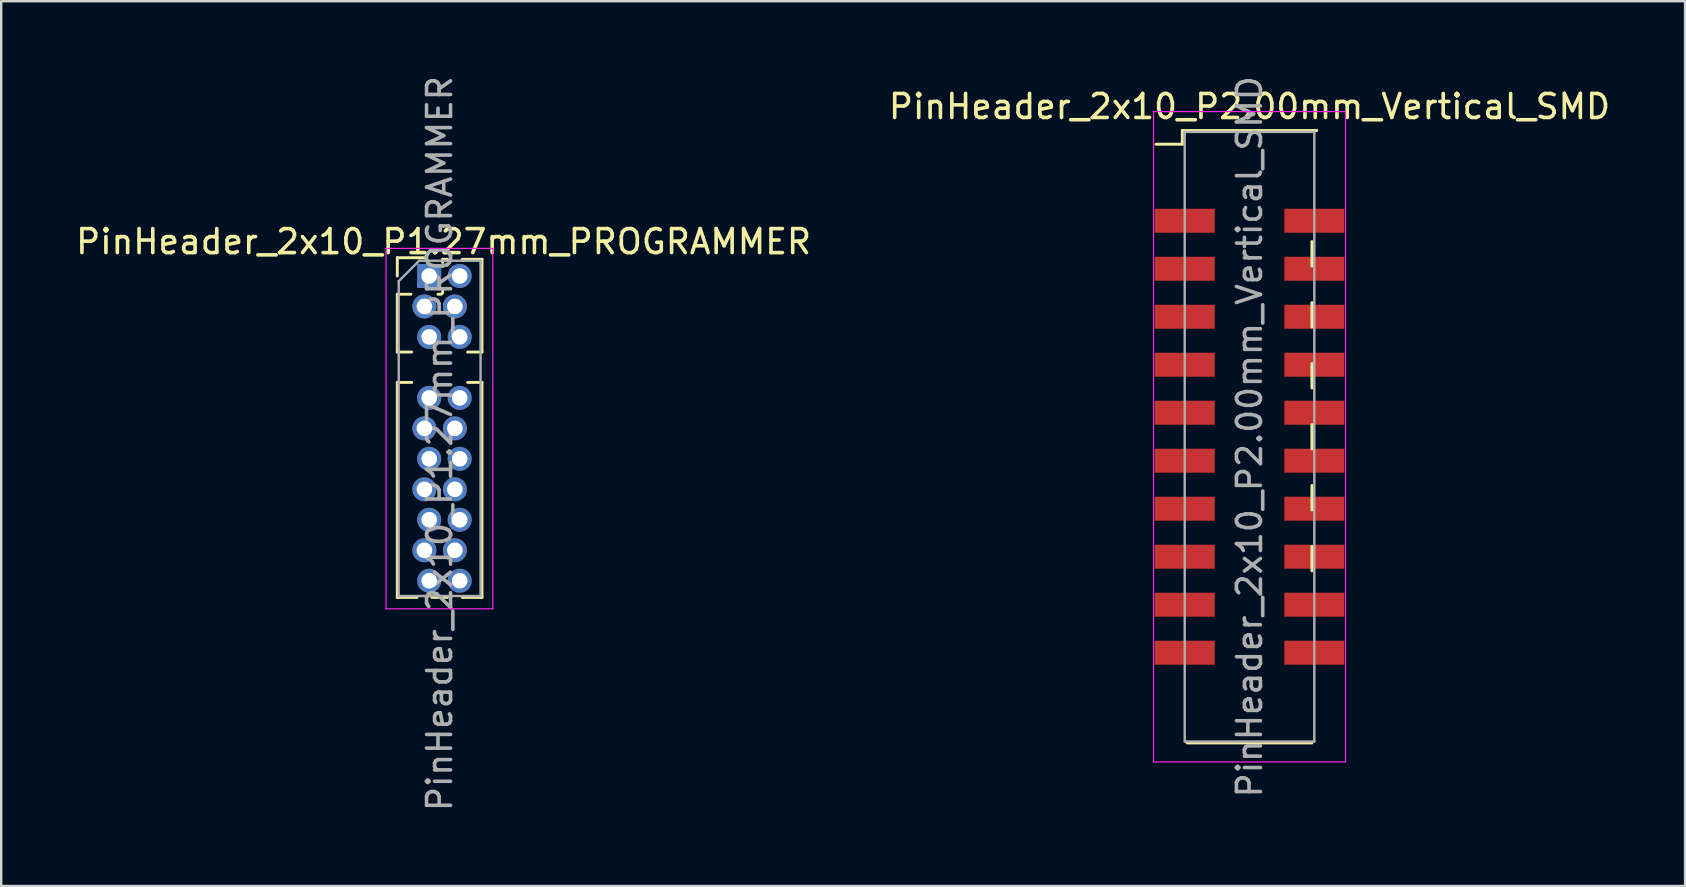
<source format=kicad_pcb>
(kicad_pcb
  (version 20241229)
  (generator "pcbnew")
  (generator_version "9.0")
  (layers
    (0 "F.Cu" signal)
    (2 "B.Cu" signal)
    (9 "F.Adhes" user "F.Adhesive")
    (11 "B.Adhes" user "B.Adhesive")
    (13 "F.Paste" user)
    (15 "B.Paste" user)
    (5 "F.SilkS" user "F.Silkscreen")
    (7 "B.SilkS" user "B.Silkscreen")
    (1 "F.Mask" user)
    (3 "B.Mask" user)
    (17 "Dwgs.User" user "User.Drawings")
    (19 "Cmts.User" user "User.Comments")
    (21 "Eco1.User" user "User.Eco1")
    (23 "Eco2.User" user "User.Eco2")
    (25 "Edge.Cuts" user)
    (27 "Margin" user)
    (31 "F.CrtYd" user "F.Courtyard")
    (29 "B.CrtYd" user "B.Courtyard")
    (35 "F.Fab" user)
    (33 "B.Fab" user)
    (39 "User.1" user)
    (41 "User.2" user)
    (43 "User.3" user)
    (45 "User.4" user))
  (footprint "PinHeader_2x10_P2.00mm_Vertical_SMD"
    (layer "F.Cu")
    (at 49.018 15.149)
    (property "Reference" "PinHeader_2x10_P2.00mm_Vertical_SMD" (at 0 -13.76 0) (layer "F.SilkS") (effects (font (size 1 1) (thickness 0.15))))
    (attr smd)
    (fp_line (start -3.9 -12.19) (end -2.8 -12.19) (stroke (width 0.12) (type solid)) (layer "F.SilkS"))
    (fp_line (start -2.8 -12.76) (end -2.8 -12.19) (stroke (width 0.12) (type solid)) (layer "F.SilkS"))
    (fp_line (start -2.8 -12.76) (end 2.8 -12.76) (stroke (width 0.12) (type solid)) (layer "F.SilkS"))
    (fp_line (start -2.6 12.76) (end 2.6 12.76) (stroke (width 0.12) (type solid)) (layer "F.SilkS"))
    (fp_line (start 2.6 -8.13) (end 2.6 -7.11) (stroke (width 0.12) (type solid)) (layer "F.SilkS"))
    (fp_line (start 2.6 -5.59) (end 2.6 -4.57) (stroke (width 0.12) (type solid)) (layer "F.SilkS"))
    (fp_line (start 2.6 -3.05) (end 2.6 -2.03) (stroke (width 0.12) (type solid)) (layer "F.SilkS"))
    (fp_line (start 2.6 -0.51) (end 2.6 0.51) (stroke (width 0.12) (type solid)) (layer "F.SilkS"))
    (fp_line (start 2.6 2.03) (end 2.6 3.05) (stroke (width 0.12) (type solid)) (layer "F.SilkS"))
    (fp_line (start 2.6 4.57) (end 2.6 5.59) (stroke (width 0.12) (type solid)) (layer "F.SilkS"))
    (fp_line (start -4 -13.55) (end -4 13.55) (stroke (width 0.05) (type solid)) (layer "F.CrtYd"))
    (fp_line (start -4 13.55) (end 4 13.55) (stroke (width 0.05) (type solid)) (layer "F.CrtYd"))
    (fp_line (start 4 -13.55) (end -4 -13.55) (stroke (width 0.05) (type solid)) (layer "F.CrtYd"))
    (fp_line (start 4 13.55) (end 4 -13.55) (stroke (width 0.05) (type solid)) (layer "F.CrtYd"))
    (fp_line (start -2.7 -12.7) (end 2.7 -12.7) (stroke (width 0.1) (type solid)) (layer "F.Fab"))
    (fp_line (start -2.7 12.7) (end -2.7 -12.7) (stroke (width 0.1) (type solid)) (layer "F.Fab"))
    (fp_line (start 2.7 -12.7) (end 2.7 12.7) (stroke (width 0.1) (type solid)) (layer "F.Fab"))
    (fp_line (start 2.7 12.7) (end -2.7 12.7) (stroke (width 0.1) (type solid)) (layer "F.Fab"))
    (fp_text user "${REFERENCE}" (at 0 0 90) (layer "F.Fab") (effects (font (size 1 1) (thickness 0.15))))
    (pad "1" smd rect (at -2.7 -9) (size 2.5 1) (layers "F.Cu" "F.Mask" "F.Paste"))
    (pad "2" smd rect (at 2.7 -9) (size 2.5 1) (layers "F.Cu" "F.Mask" "F.Paste"))
    (pad "3" smd rect (at -2.7 -7) (size 2.5 1) (layers "F.Cu" "F.Mask" "F.Paste"))
    (pad "4" smd rect (at 2.7 -7) (size 2.5 1) (layers "F.Cu" "F.Mask" "F.Paste"))
    (pad "5" smd rect (at -2.7 -5) (size 2.5 1) (layers "F.Cu" "F.Mask" "F.Paste"))
    (pad "6" smd rect (at 2.7 -5) (size 2.5 1) (layers "F.Cu" "F.Mask" "F.Paste"))
    (pad "7" smd rect (at -2.7 -3) (size 2.5 1) (layers "F.Cu" "F.Mask" "F.Paste"))
    (pad "8" smd rect (at 2.7 -3) (size 2.5 1) (layers "F.Cu" "F.Mask" "F.Paste"))
    (pad "9" smd rect (at -2.7 -1) (size 2.5 1) (layers "F.Cu" "F.Mask" "F.Paste"))
    (pad "10" smd rect (at 2.7 -1) (size 2.5 1) (layers "F.Cu" "F.Mask" "F.Paste"))
    (pad "11" smd rect (at -2.7 1) (size 2.5 1) (layers "F.Cu" "F.Mask" "F.Paste"))
    (pad "12" smd rect (at 2.7 1) (size 2.5 1) (layers "F.Cu" "F.Mask" "F.Paste"))
    (pad "13" smd rect (at -2.7 3) (size 2.5 1) (layers "F.Cu" "F.Mask" "F.Paste"))
    (pad "14" smd rect (at 2.7 3) (size 2.5 1) (layers "F.Cu" "F.Mask" "F.Paste"))
    (pad "15" smd rect (at -2.7 5) (size 2.5 1) (layers "F.Cu" "F.Mask" "F.Paste"))
    (pad "16" smd rect (at 2.7 5) (size 2.5 1) (layers "F.Cu" "F.Mask" "F.Paste"))
    (pad "17" smd rect (at -2.7 7) (size 2.5 1) (layers "F.Cu" "F.Mask" "F.Paste"))
    (pad "18" smd rect (at 2.7 7) (size 2.5 1) (layers "F.Cu" "F.Mask" "F.Paste"))
    (pad "19" smd rect (at -2.7 9) (size 2.5 1) (layers "F.Cu" "F.Mask" "F.Paste"))
    (pad "20" smd rect (at 2.7 9) (size 2.5 1) (layers "F.Cu" "F.Mask" "F.Paste")))
  (footprint "PinHeader_2x10_P1.27mm_PROGRAMMER"
    (layer "F.Cu")
    (at 15.26 14.82)
    (property "Reference" "PinHeader_2x10_P1.27mm_PROGRAMMER" (at 0.175 -7.8 0) (layer "F.SilkS") (effects (font (size 1 1) (thickness 0.15))))
    (attr through_hole)
    (fp_line (start -1.755 -7.13) (end -0.625 -7.13) (stroke (width 0.12) (type solid)) (layer "F.SilkS"))
    (fp_line (start -1.755 -6.37) (end -1.755 -7.13) (stroke (width 0.12) (type solid)) (layer "F.SilkS"))
    (fp_line (start -1.755 -5.61) (end -1.755 -3.2) (stroke (width 0.12) (type solid)) (layer "F.SilkS"))
    (fp_line (start -1.755 -5.61) (end -1.188 -5.61) (stroke (width 0.12) (type solid)) (layer "F.SilkS"))
    (fp_line (start -1.755 -1.935) (end -1.755 7.025) (stroke (width 0.12) (type solid)) (layer "F.SilkS"))
    (fp_line (start -1.755 7.025) (end -0.933 7.025) (stroke (width 0.12) (type solid)) (layer "F.SilkS"))
    (fp_line (start -1.155 -3.2) (end -1.755 -3.2) (stroke (width 0.12) (type solid)) (layer "F.SilkS"))
    (fp_line (start -1.155 -1.935) (end -1.755 -1.935) (stroke (width 0.12) (type solid)) (layer "F.SilkS"))
    (fp_line (start -0.317 7.025) (end 0.337 7.025) (stroke (width 0.12) (type solid)) (layer "F.SilkS"))
    (fp_line (start -0.062 -5.61) (end 0.082 -5.61) (stroke (width 0.12) (type solid)) (layer "F.SilkS"))
    (fp_line (start 0.135 -7.065) (end 0.337 -7.065) (stroke (width 0.12) (type solid)) (layer "F.SilkS"))
    (fp_line (start 0.135 -6.933) (end 0.135 -7.065) (stroke (width 0.12) (type solid)) (layer "F.SilkS"))
    (fp_line (start 0.135 -5.663) (end 0.135 -5.807) (stroke (width 0.12) (type solid)) (layer "F.SilkS"))
    (fp_line (start 0.953 -7.065) (end 1.775 -7.065) (stroke (width 0.12) (type solid)) (layer "F.SilkS"))
    (fp_line (start 0.953 7.025) (end 1.775 7.025) (stroke (width 0.12) (type solid)) (layer "F.SilkS"))
    (fp_line (start 1.175 -3.2) (end 1.775 -3.2) (stroke (width 0.12) (type solid)) (layer "F.SilkS"))
    (fp_line (start 1.775 -7.065) (end 1.775 -3.2) (stroke (width 0.12) (type solid)) (layer "F.SilkS"))
    (fp_line (start 1.775 -1.935) (end 1.175 -1.935) (stroke (width 0.12) (type solid)) (layer "F.SilkS"))
    (fp_line (start 1.775 -1.935) (end 1.775 7.025) (stroke (width 0.12) (type solid)) (layer "F.SilkS"))
    (fp_line (start -2.225 -7.52) (end -2.225 7.5) (stroke (width 0.05) (type solid)) (layer "F.CrtYd"))
    (fp_line (start -2.225 7.5) (end 2.225 7.5) (stroke (width 0.05) (type solid)) (layer "F.CrtYd"))
    (fp_line (start 2.225 -7.52) (end -2.225 -7.52) (stroke (width 0.05) (type solid)) (layer "F.CrtYd"))
    (fp_line (start 2.225 7.5) (end 2.225 -7.52) (stroke (width 0.05) (type solid)) (layer "F.CrtYd"))
    (fp_line (start -1.695 -6.152) (end -0.843 -7.005) (stroke (width 0.1) (type solid)) (layer "F.Fab"))
    (fp_line (start -1.695 6.965) (end -1.695 -6.152) (stroke (width 0.1) (type solid)) (layer "F.Fab"))
    (fp_line (start -0.843 -7.005) (end 1.715 -7.005) (stroke (width 0.1) (type solid)) (layer "F.Fab"))
    (fp_line (start 1.715 -7.005) (end 1.715 6.965) (stroke (width 0.1) (type solid)) (layer "F.Fab"))
    (fp_line (start 1.715 6.965) (end -1.695 6.965) (stroke (width 0.1) (type solid)) (layer "F.Fab"))
    (fp_text user "${REFERENCE}" (at 0.01 0.615 90) (layer "F.Fab") (effects (font (size 1 1) (thickness 0.15))))
    (pad "1" thru_hole rect (at -0.425 -6.37) (size 1 1) (drill 0.65) (layers "*.Cu" "*.Mask"))
    (pad "2" thru_hole oval (at 0.845 -6.37) (size 1 1) (drill 0.65) (layers "*.Cu" "*.Mask"))
    (pad "3" thru_hole oval (at -0.625 -5.1) (size 1 1) (drill 0.65) (layers "*.Cu" "*.Mask"))
    (pad "4" thru_hole oval (at 0.645 -5.1) (size 1 1) (drill 0.65) (layers "*.Cu" "*.Mask"))
    (pad "5" thru_hole oval (at -0.425 -3.83) (size 1 1) (drill 0.65) (layers "*.Cu" "*.Mask"))
    (pad "6" thru_hole oval (at 0.845 -3.83) (size 1 1) (drill 0.65) (layers "*.Cu" "*.Mask"))
    (pad "7" thru_hole oval (at -0.425 -1.29) (size 1 1) (drill 0.65) (layers "*.Cu" "*.Mask"))
    (pad "8" thru_hole oval (at 0.845 -1.29) (size 1 1) (drill 0.65) (layers "*.Cu" "*.Mask"))
    (pad "9" thru_hole oval (at -0.625 -0.02) (size 1 1) (drill 0.65) (layers "*.Cu" "*.Mask"))
    (pad "10" thru_hole oval (at 0.645 -0.02) (size 1 1) (drill 0.65) (layers "*.Cu" "*.Mask"))
    (pad "11" thru_hole oval (at -0.425 1.25) (size 1 1) (drill 0.65) (layers "*.Cu" "*.Mask"))
    (pad "12" thru_hole oval (at 0.845 1.25) (size 1 1) (drill 0.65) (layers "*.Cu" "*.Mask"))
    (pad "13" thru_hole oval (at -0.625 2.52) (size 1 1) (drill 0.65) (layers "*.Cu" "*.Mask"))
    (pad "14" thru_hole oval (at 0.645 2.52) (size 1 1) (drill 0.65) (layers "*.Cu" "*.Mask"))
    (pad "15" thru_hole oval (at -0.425 3.79) (size 1 1) (drill 0.65) (layers "*.Cu" "*.Mask"))
    (pad "16" thru_hole oval (at 0.845 3.79) (size 1 1) (drill 0.65) (layers "*.Cu" "*.Mask"))
    (pad "17" thru_hole oval (at -0.625 5.06) (size 1 1) (drill 0.65) (layers "*.Cu" "*.Mask"))
    (pad "18" thru_hole oval (at 0.645 5.06) (size 1 1) (drill 0.65) (layers "*.Cu" "*.Mask"))
    (pad "19" thru_hole oval (at -0.425 6.33) (size 1 1) (drill 0.65) (layers "*.Cu" "*.Mask"))
    (pad "20" thru_hole oval (at 0.845 6.33) (size 1 1) (drill 0.65) (layers "*.Cu" "*.Mask")))
  (gr_rect
    (start -3 -3)
    (end 67.167 33.869)
    (stroke (width 0.1) (type default))
    (fill no)
    (layer "Edge.Cuts")))
</source>
